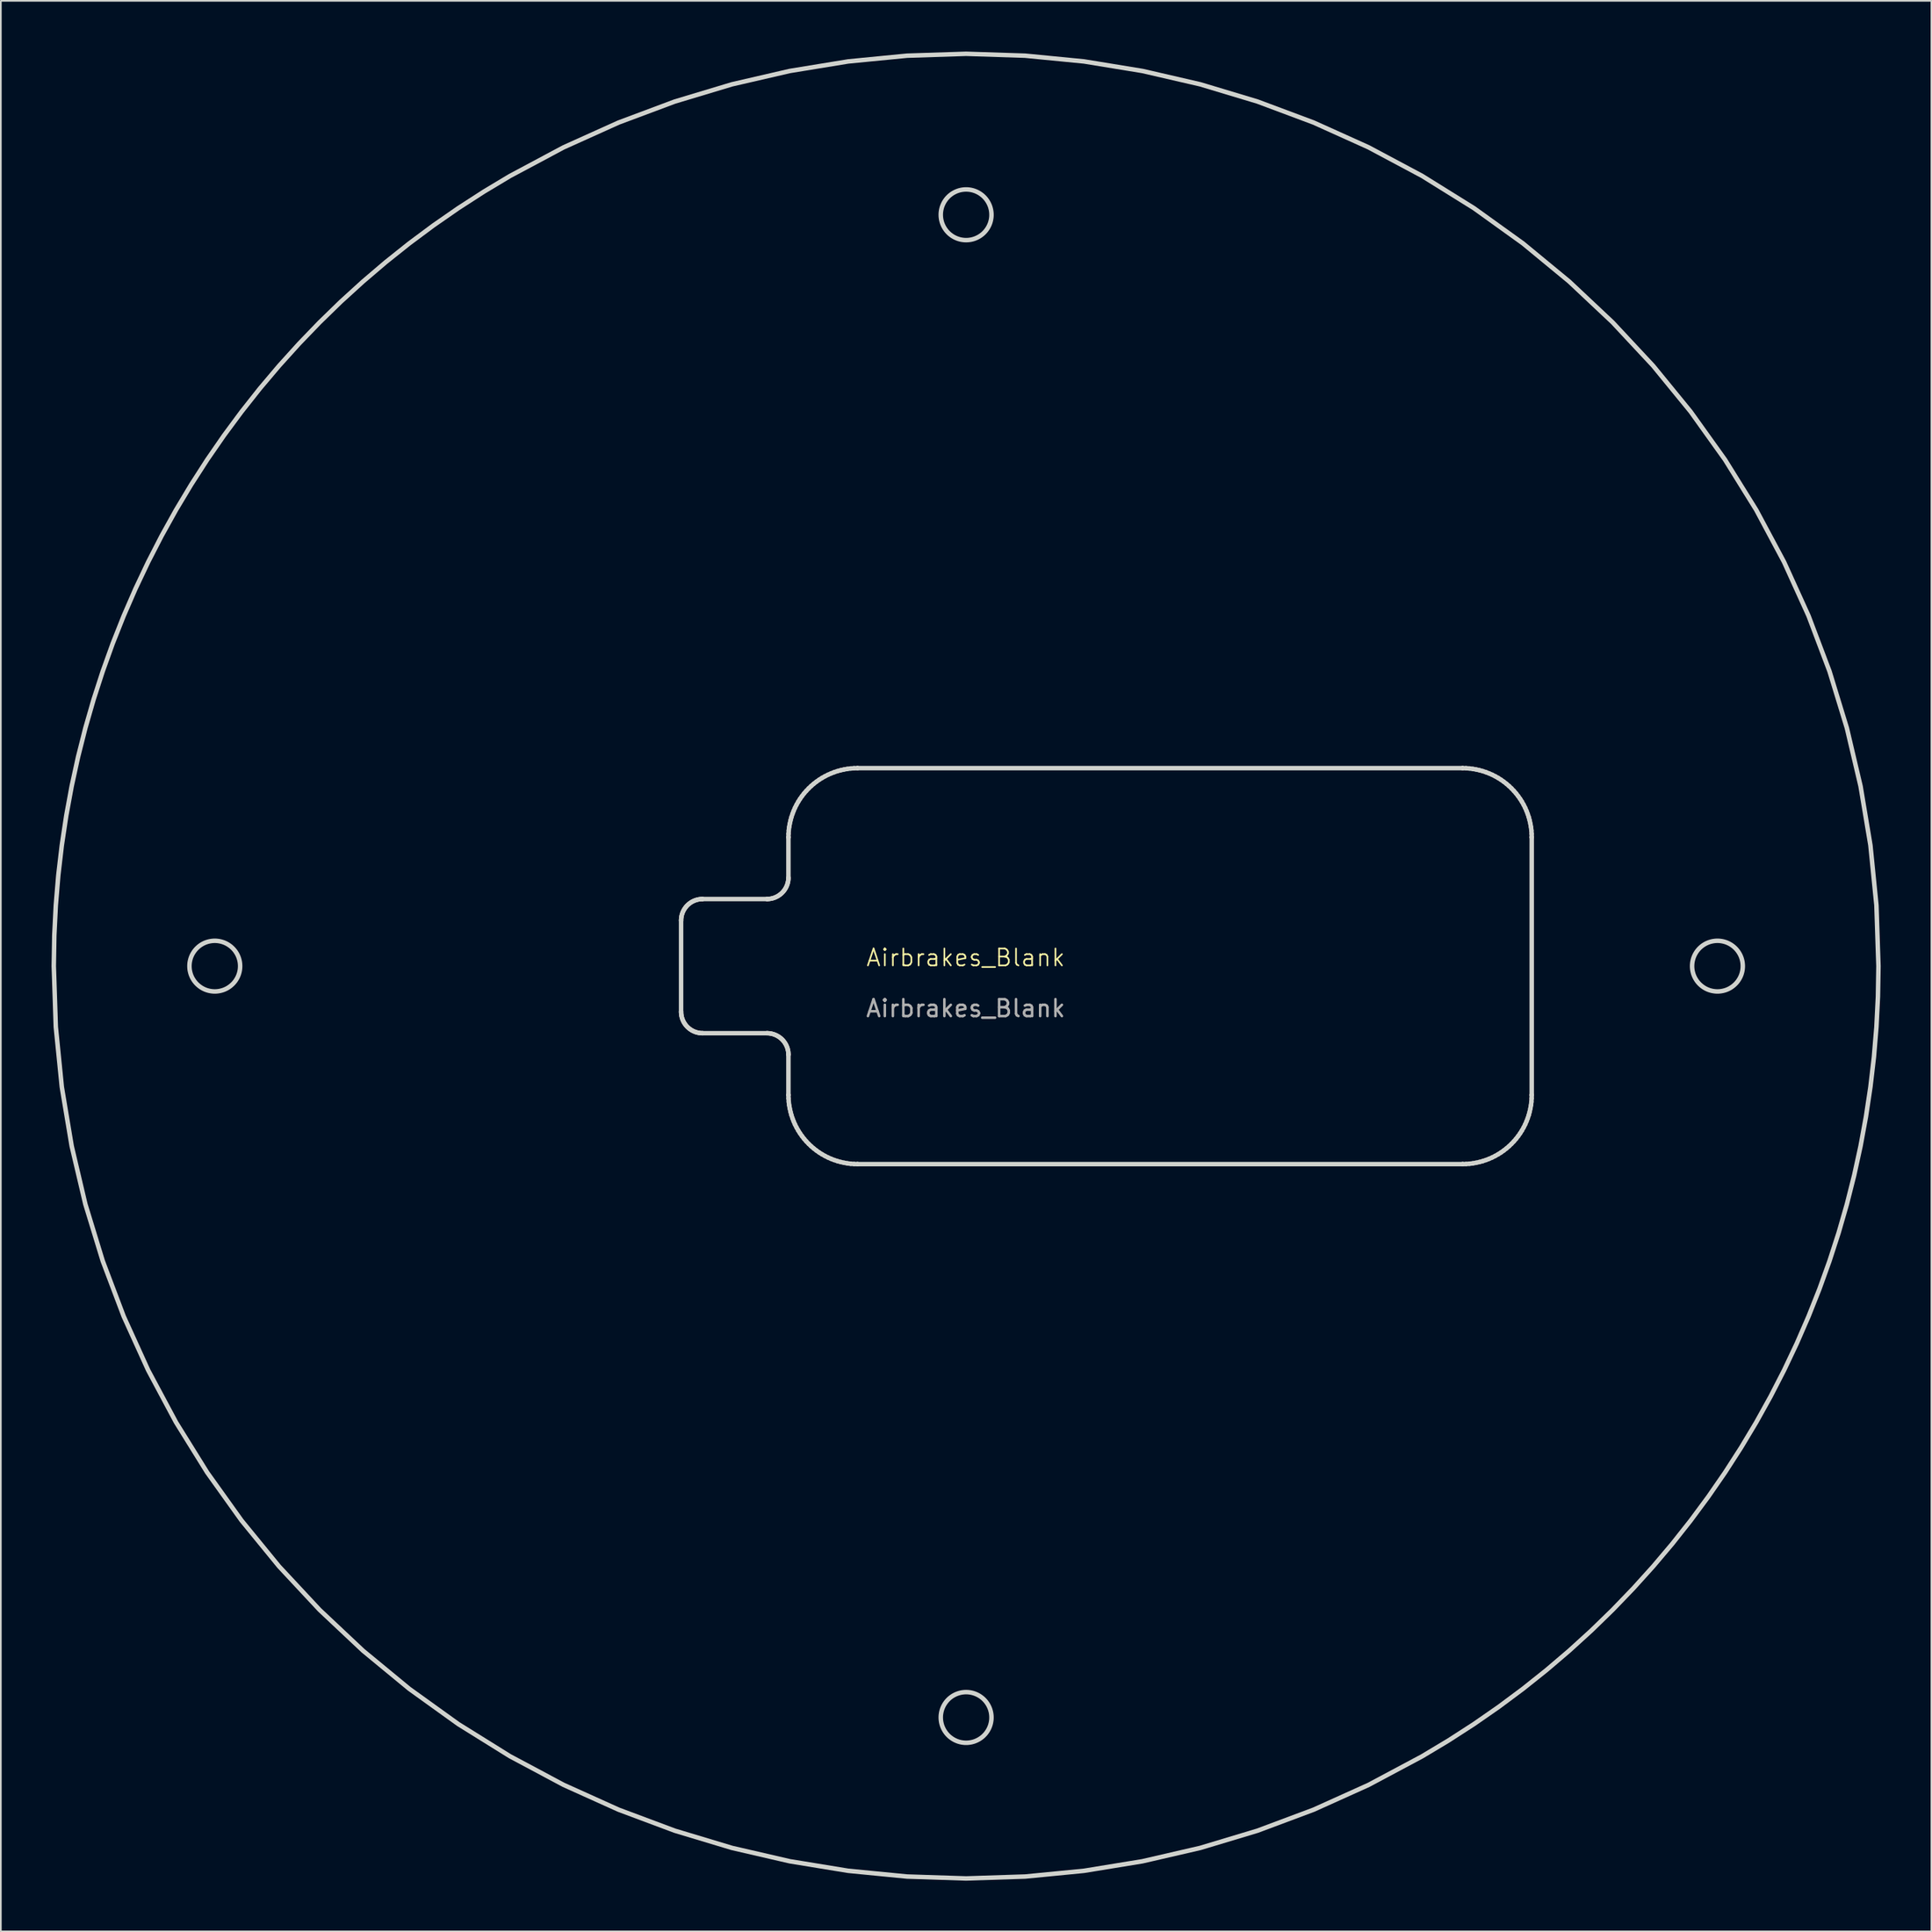
<source format=kicad_pcb>
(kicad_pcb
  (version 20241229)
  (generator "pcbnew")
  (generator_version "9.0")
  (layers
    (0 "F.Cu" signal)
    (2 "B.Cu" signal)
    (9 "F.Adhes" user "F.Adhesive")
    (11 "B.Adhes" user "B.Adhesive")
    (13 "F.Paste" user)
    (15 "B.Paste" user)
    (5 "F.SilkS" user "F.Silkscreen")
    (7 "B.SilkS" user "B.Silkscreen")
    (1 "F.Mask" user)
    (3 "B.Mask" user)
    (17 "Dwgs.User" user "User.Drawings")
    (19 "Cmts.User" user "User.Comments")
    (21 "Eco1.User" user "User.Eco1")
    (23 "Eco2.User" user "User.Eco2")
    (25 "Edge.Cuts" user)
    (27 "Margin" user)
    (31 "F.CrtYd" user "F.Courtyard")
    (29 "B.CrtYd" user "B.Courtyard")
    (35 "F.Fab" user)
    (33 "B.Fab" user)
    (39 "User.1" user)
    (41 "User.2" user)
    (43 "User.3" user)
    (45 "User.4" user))
  (footprint "Airbrakes_Blank"
    (layer "F.Cu")
    (at 54.083 54.107)
    (property "Reference" "Airbrakes_Blank" (at 0 -0.5 0) (unlocked yes) (layer "F.SilkS") (effects (font (size 1 1) (thickness 0.1))))
    (fp_line (start -16.839 -2.699) (end -16.839 2.699) (stroke (width 0.265) (type solid)) (layer "Edge.Cuts"))
    (fp_line (start -16.839 2.699) (end -16.838 2.699) (stroke (width 0.265) (type default)) (layer "Edge.Cuts"))
    (fp_line (start -16.838 -2.699) (end -16.839 -2.699) (stroke (width 0.265) (type default)) (layer "Edge.Cuts"))
    (fp_line (start -16.838 2.699) (end -16.837 2.762) (stroke (width 0.265) (type solid)) (layer "Edge.Cuts"))
    (fp_line (start -16.837 -2.762) (end -16.838 -2.699) (stroke (width 0.265) (type solid)) (layer "Edge.Cuts"))
    (fp_line (start -16.837 2.762) (end -16.832 2.824) (stroke (width 0.265) (type solid)) (layer "Edge.Cuts"))
    (fp_line (start -16.832 -2.824) (end -16.837 -2.762) (stroke (width 0.265) (type solid)) (layer "Edge.Cuts"))
    (fp_line (start -16.832 2.824) (end -16.825 2.886) (stroke (width 0.265) (type solid)) (layer "Edge.Cuts"))
    (fp_line (start -16.825 -2.886) (end -16.832 -2.824) (stroke (width 0.265) (type solid)) (layer "Edge.Cuts"))
    (fp_line (start -16.825 2.886) (end -16.814 2.948) (stroke (width 0.265) (type solid)) (layer "Edge.Cuts"))
    (fp_line (start -16.814 -2.948) (end -16.825 -2.886) (stroke (width 0.265) (type solid)) (layer "Edge.Cuts"))
    (fp_line (start -16.814 2.948) (end -16.8 3.008) (stroke (width 0.265) (type solid)) (layer "Edge.Cuts"))
    (fp_line (start -16.8 -3.008) (end -16.814 -2.948) (stroke (width 0.265) (type solid)) (layer "Edge.Cuts"))
    (fp_line (start -16.8 3.008) (end -16.784 3.068) (stroke (width 0.265) (type solid)) (layer "Edge.Cuts"))
    (fp_line (start -16.784 -3.068) (end -16.8 -3.008) (stroke (width 0.265) (type solid)) (layer "Edge.Cuts"))
    (fp_line (start -16.784 3.068) (end -16.764 3.127) (stroke (width 0.265) (type solid)) (layer "Edge.Cuts"))
    (fp_line (start -16.764 -3.127) (end -16.784 -3.068) (stroke (width 0.265) (type solid)) (layer "Edge.Cuts"))
    (fp_line (start -16.764 3.127) (end -16.742 3.185) (stroke (width 0.265) (type solid)) (layer "Edge.Cuts"))
    (fp_line (start -16.742 -3.185) (end -16.764 -3.127) (stroke (width 0.265) (type solid)) (layer "Edge.Cuts"))
    (fp_line (start -16.742 3.185) (end -16.717 3.241) (stroke (width 0.265) (type solid)) (layer "Edge.Cuts"))
    (fp_line (start -16.717 -3.241) (end -16.742 -3.185) (stroke (width 0.265) (type solid)) (layer "Edge.Cuts"))
    (fp_line (start -16.717 3.241) (end -16.689 3.297) (stroke (width 0.265) (type solid)) (layer "Edge.Cuts"))
    (fp_line (start -16.689 -3.297) (end -16.717 -3.241) (stroke (width 0.265) (type solid)) (layer "Edge.Cuts"))
    (fp_line (start -16.689 3.297) (end -16.658 3.351) (stroke (width 0.265) (type solid)) (layer "Edge.Cuts"))
    (fp_line (start -16.658 -3.351) (end -16.689 -3.297) (stroke (width 0.265) (type solid)) (layer "Edge.Cuts"))
    (fp_line (start -16.658 3.351) (end -16.625 3.403) (stroke (width 0.265) (type solid)) (layer "Edge.Cuts"))
    (fp_line (start -16.625 -3.403) (end -16.658 -3.351) (stroke (width 0.265) (type solid)) (layer "Edge.Cuts"))
    (fp_line (start -16.625 3.403) (end -16.589 3.454) (stroke (width 0.265) (type solid)) (layer "Edge.Cuts"))
    (fp_line (start -16.589 -3.454) (end -16.625 -3.403) (stroke (width 0.265) (type solid)) (layer "Edge.Cuts"))
    (fp_line (start -16.589 3.454) (end -16.551 3.504) (stroke (width 0.265) (type solid)) (layer "Edge.Cuts"))
    (fp_line (start -16.551 -3.504) (end -16.589 -3.454) (stroke (width 0.265) (type solid)) (layer "Edge.Cuts"))
    (fp_line (start -16.551 3.504) (end -16.51 3.551) (stroke (width 0.265) (type solid)) (layer "Edge.Cuts"))
    (fp_line (start -16.51 -3.551) (end -16.551 -3.504) (stroke (width 0.265) (type solid)) (layer "Edge.Cuts"))
    (fp_line (start -16.51 3.551) (end -16.467 3.597) (stroke (width 0.265) (type solid)) (layer "Edge.Cuts"))
    (fp_line (start -16.467 -3.597) (end -16.51 -3.551) (stroke (width 0.265) (type solid)) (layer "Edge.Cuts"))
    (fp_line (start -16.467 3.597) (end -16.421 3.64) (stroke (width 0.265) (type solid)) (layer "Edge.Cuts"))
    (fp_line (start -16.421 -3.64) (end -16.467 -3.597) (stroke (width 0.265) (type solid)) (layer "Edge.Cuts"))
    (fp_line (start -16.421 3.64) (end -16.373 3.681) (stroke (width 0.265) (type solid)) (layer "Edge.Cuts"))
    (fp_line (start -16.373 -3.681) (end -16.421 -3.64) (stroke (width 0.265) (type solid)) (layer "Edge.Cuts"))
    (fp_line (start -16.373 3.681) (end -16.324 3.72) (stroke (width 0.265) (type solid)) (layer "Edge.Cuts"))
    (fp_line (start -16.324 -3.72) (end -16.373 -3.681) (stroke (width 0.265) (type solid)) (layer "Edge.Cuts"))
    (fp_line (start -16.324 3.72) (end -16.273 3.755) (stroke (width 0.265) (type solid)) (layer "Edge.Cuts"))
    (fp_line (start -16.273 -3.755) (end -16.324 -3.72) (stroke (width 0.265) (type solid)) (layer "Edge.Cuts"))
    (fp_line (start -16.273 3.755) (end -16.221 3.789) (stroke (width 0.265) (type solid)) (layer "Edge.Cuts"))
    (fp_line (start -16.221 -3.789) (end -16.273 -3.755) (stroke (width 0.265) (type solid)) (layer "Edge.Cuts"))
    (fp_line (start -16.221 3.789) (end -16.167 3.819) (stroke (width 0.265) (type solid)) (layer "Edge.Cuts"))
    (fp_line (start -16.167 -3.819) (end -16.221 -3.789) (stroke (width 0.265) (type solid)) (layer "Edge.Cuts"))
    (fp_line (start -16.167 3.819) (end -16.111 3.847) (stroke (width 0.265) (type solid)) (layer "Edge.Cuts"))
    (fp_line (start -16.111 -3.847) (end -16.167 -3.819) (stroke (width 0.265) (type solid)) (layer "Edge.Cuts"))
    (fp_line (start -16.111 3.847) (end -16.054 3.872) (stroke (width 0.265) (type solid)) (layer "Edge.Cuts"))
    (fp_line (start -16.055 -3.872) (end -16.111 -3.847) (stroke (width 0.265) (type solid)) (layer "Edge.Cuts"))
    (fp_line (start -16.054 3.872) (end -15.997 3.894) (stroke (width 0.265) (type solid)) (layer "Edge.Cuts"))
    (fp_line (start -15.997 -3.894) (end -16.055 -3.872) (stroke (width 0.265) (type solid)) (layer "Edge.Cuts"))
    (fp_line (start -15.997 3.894) (end -15.938 3.914) (stroke (width 0.265) (type solid)) (layer "Edge.Cuts"))
    (fp_line (start -15.938 -3.914) (end -15.997 -3.894) (stroke (width 0.265) (type solid)) (layer "Edge.Cuts"))
    (fp_line (start -15.938 3.914) (end -15.878 3.93) (stroke (width 0.265) (type solid)) (layer "Edge.Cuts"))
    (fp_line (start -15.878 -3.93) (end -15.938 -3.914) (stroke (width 0.265) (type solid)) (layer "Edge.Cuts"))
    (fp_line (start -15.878 3.93) (end -15.817 3.944) (stroke (width 0.265) (type solid)) (layer "Edge.Cuts"))
    (fp_line (start -15.817 -3.944) (end -15.878 -3.93) (stroke (width 0.265) (type solid)) (layer "Edge.Cuts"))
    (fp_line (start -15.817 3.944) (end -15.756 3.955) (stroke (width 0.265) (type solid)) (layer "Edge.Cuts"))
    (fp_line (start -15.756 -3.955) (end -15.817 -3.944) (stroke (width 0.265) (type solid)) (layer "Edge.Cuts"))
    (fp_line (start -15.756 3.955) (end -15.694 3.963) (stroke (width 0.265) (type solid)) (layer "Edge.Cuts"))
    (fp_line (start -15.694 -3.963) (end -15.756 -3.955) (stroke (width 0.265) (type solid)) (layer "Edge.Cuts"))
    (fp_line (start -15.694 3.963) (end -15.631 3.967) (stroke (width 0.265) (type solid)) (layer "Edge.Cuts"))
    (fp_line (start -15.631 -3.967) (end -15.694 -3.963) (stroke (width 0.265) (type solid)) (layer "Edge.Cuts"))
    (fp_line (start -15.631 3.967) (end -15.568 3.969) (stroke (width 0.265) (type solid)) (layer "Edge.Cuts"))
    (fp_line (start -15.569 -3.969) (end -15.568 -3.969) (stroke (width 0.265) (type default)) (layer "Edge.Cuts"))
    (fp_line (start -15.569 3.969) (end -11.759 3.969) (stroke (width 0.265) (type solid)) (layer "Edge.Cuts"))
    (fp_line (start -15.568 -3.969) (end -15.631 -3.967) (stroke (width 0.265) (type solid)) (layer "Edge.Cuts"))
    (fp_line (start -15.568 3.969) (end -15.569 3.969) (stroke (width 0.265) (type default)) (layer "Edge.Cuts"))
    (fp_line (start -11.759 3.969) (end -11.759 3.969) (stroke (width 0.265) (type default)) (layer "Edge.Cuts"))
    (fp_line (start -11.759 -3.969) (end -11.759 -3.969) (stroke (width 0.265) (type default)) (layer "Edge.Cuts"))
    (fp_line (start -11.759 -3.969) (end -11.696 -3.97) (stroke (width 0.265) (type solid)) (layer "Edge.Cuts"))
    (fp_line (start -11.759 -3.969) (end -15.569 -3.969) (stroke (width 0.265) (type solid)) (layer "Edge.Cuts"))
    (fp_line (start -11.696 3.97) (end -11.759 3.969) (stroke (width 0.265) (type solid)) (layer "Edge.Cuts"))
    (fp_line (start -11.696 -3.97) (end -11.633 -3.975) (stroke (width 0.265) (type solid)) (layer "Edge.Cuts"))
    (fp_line (start -11.633 3.975) (end -11.696 3.97) (stroke (width 0.265) (type solid)) (layer "Edge.Cuts"))
    (fp_line (start -11.633 -3.975) (end -11.571 -3.983) (stroke (width 0.265) (type solid)) (layer "Edge.Cuts"))
    (fp_line (start -11.571 3.983) (end -11.633 3.975) (stroke (width 0.265) (type solid)) (layer "Edge.Cuts"))
    (fp_line (start -11.571 -3.983) (end -11.51 -3.993) (stroke (width 0.265) (type solid)) (layer "Edge.Cuts"))
    (fp_line (start -11.51 3.993) (end -11.571 3.983) (stroke (width 0.265) (type solid)) (layer "Edge.Cuts"))
    (fp_line (start -11.51 -3.993) (end -11.449 -4.007) (stroke (width 0.265) (type solid)) (layer "Edge.Cuts"))
    (fp_line (start -11.449 4.007) (end -11.51 3.993) (stroke (width 0.265) (type solid)) (layer "Edge.Cuts"))
    (fp_line (start -11.449 -4.007) (end -11.389 -4.024) (stroke (width 0.265) (type solid)) (layer "Edge.Cuts"))
    (fp_line (start -11.389 4.024) (end -11.449 4.007) (stroke (width 0.265) (type solid)) (layer "Edge.Cuts"))
    (fp_line (start -11.389 -4.024) (end -11.33 -4.043) (stroke (width 0.265) (type solid)) (layer "Edge.Cuts"))
    (fp_line (start -11.33 4.043) (end -11.389 4.024) (stroke (width 0.265) (type solid)) (layer "Edge.Cuts"))
    (fp_line (start -11.33 -4.043) (end -11.272 -4.065) (stroke (width 0.265) (type solid)) (layer "Edge.Cuts"))
    (fp_line (start -11.273 4.065) (end -11.33 4.043) (stroke (width 0.265) (type solid)) (layer "Edge.Cuts"))
    (fp_line (start -11.272 -4.065) (end -11.216 -4.091) (stroke (width 0.265) (type solid)) (layer "Edge.Cuts"))
    (fp_line (start -11.216 4.091) (end -11.273 4.065) (stroke (width 0.265) (type solid)) (layer "Edge.Cuts"))
    (fp_line (start -11.216 -4.091) (end -11.16 -4.118) (stroke (width 0.265) (type solid)) (layer "Edge.Cuts"))
    (fp_line (start -11.16 4.118) (end -11.216 4.091) (stroke (width 0.265) (type solid)) (layer "Edge.Cuts"))
    (fp_line (start -11.16 -4.118) (end -11.106 -4.149) (stroke (width 0.265) (type solid)) (layer "Edge.Cuts"))
    (fp_line (start -11.106 4.149) (end -11.16 4.118) (stroke (width 0.265) (type solid)) (layer "Edge.Cuts"))
    (fp_line (start -11.106 -4.149) (end -11.054 -4.182) (stroke (width 0.265) (type solid)) (layer "Edge.Cuts"))
    (fp_line (start -11.054 4.182) (end -11.106 4.149) (stroke (width 0.265) (type solid)) (layer "Edge.Cuts"))
    (fp_line (start -11.054 -4.182) (end -11.003 -4.218) (stroke (width 0.265) (type solid)) (layer "Edge.Cuts"))
    (fp_line (start -11.003 4.218) (end -11.054 4.182) (stroke (width 0.265) (type solid)) (layer "Edge.Cuts"))
    (fp_line (start -11.003 -4.218) (end -10.954 -4.256) (stroke (width 0.265) (type solid)) (layer "Edge.Cuts"))
    (fp_line (start -10.954 4.256) (end -11.003 4.218) (stroke (width 0.265) (type solid)) (layer "Edge.Cuts"))
    (fp_line (start -10.954 -4.256) (end -10.906 -4.297) (stroke (width 0.265) (type solid)) (layer "Edge.Cuts"))
    (fp_line (start -10.906 4.297) (end -10.954 4.256) (stroke (width 0.265) (type solid)) (layer "Edge.Cuts"))
    (fp_line (start -10.906 -4.297) (end -10.86 -4.341) (stroke (width 0.265) (type solid)) (layer "Edge.Cuts"))
    (fp_line (start -10.86 4.341) (end -10.906 4.297) (stroke (width 0.265) (type solid)) (layer "Edge.Cuts"))
    (fp_line (start -10.86 -4.341) (end -10.817 -4.386) (stroke (width 0.265) (type solid)) (layer "Edge.Cuts"))
    (fp_line (start -10.817 4.386) (end -10.86 4.341) (stroke (width 0.265) (type solid)) (layer "Edge.Cuts"))
    (fp_line (start -10.817 -4.386) (end -10.776 -4.434) (stroke (width 0.265) (type solid)) (layer "Edge.Cuts"))
    (fp_line (start -10.776 4.434) (end -10.817 4.386) (stroke (width 0.265) (type solid)) (layer "Edge.Cuts"))
    (fp_line (start -10.776 -4.434) (end -10.738 -4.483) (stroke (width 0.265) (type solid)) (layer "Edge.Cuts"))
    (fp_line (start -10.738 4.483) (end -10.776 4.434) (stroke (width 0.265) (type solid)) (layer "Edge.Cuts"))
    (fp_line (start -10.738 -4.483) (end -10.702 -4.534) (stroke (width 0.265) (type solid)) (layer "Edge.Cuts"))
    (fp_line (start -10.702 4.534) (end -10.738 4.483) (stroke (width 0.265) (type solid)) (layer "Edge.Cuts"))
    (fp_line (start -10.702 -4.534) (end -10.669 -4.587) (stroke (width 0.265) (type solid)) (layer "Edge.Cuts"))
    (fp_line (start -10.669 4.587) (end -10.702 4.534) (stroke (width 0.265) (type solid)) (layer "Edge.Cuts"))
    (fp_line (start -10.669 -4.587) (end -10.638 -4.641) (stroke (width 0.265) (type solid)) (layer "Edge.Cuts"))
    (fp_line (start -10.638 4.641) (end -10.669 4.587) (stroke (width 0.265) (type solid)) (layer "Edge.Cuts"))
    (fp_line (start -10.638 -4.641) (end -10.61 -4.696) (stroke (width 0.265) (type solid)) (layer "Edge.Cuts"))
    (fp_line (start -10.61 4.696) (end -10.638 4.641) (stroke (width 0.265) (type solid)) (layer "Edge.Cuts"))
    (fp_line (start -10.61 -4.696) (end -10.585 -4.753) (stroke (width 0.265) (type solid)) (layer "Edge.Cuts"))
    (fp_line (start -10.585 4.753) (end -10.61 4.696) (stroke (width 0.265) (type solid)) (layer "Edge.Cuts"))
    (fp_line (start -10.585 -4.753) (end -10.563 -4.811) (stroke (width 0.265) (type solid)) (layer "Edge.Cuts"))
    (fp_line (start -10.563 4.811) (end -10.585 4.753) (stroke (width 0.265) (type solid)) (layer "Edge.Cuts"))
    (fp_line (start -10.563 -4.811) (end -10.543 -4.869) (stroke (width 0.265) (type solid)) (layer "Edge.Cuts"))
    (fp_line (start -10.543 4.869) (end -10.563 4.811) (stroke (width 0.265) (type solid)) (layer "Edge.Cuts"))
    (fp_line (start -10.543 -4.869) (end -10.527 -4.929) (stroke (width 0.265) (type solid)) (layer "Edge.Cuts"))
    (fp_line (start -10.527 4.929) (end -10.543 4.869) (stroke (width 0.265) (type solid)) (layer "Edge.Cuts"))
    (fp_line (start -10.527 -4.929) (end -10.513 -4.99) (stroke (width 0.265) (type solid)) (layer "Edge.Cuts"))
    (fp_line (start -10.513 4.99) (end -10.527 4.929) (stroke (width 0.265) (type solid)) (layer "Edge.Cuts"))
    (fp_line (start -10.513 -4.99) (end -10.502 -5.051) (stroke (width 0.265) (type solid)) (layer "Edge.Cuts"))
    (fp_line (start -10.502 5.051) (end -10.513 4.99) (stroke (width 0.265) (type solid)) (layer "Edge.Cuts"))
    (fp_line (start -10.502 -5.051) (end -10.495 -5.113) (stroke (width 0.265) (type solid)) (layer "Edge.Cuts"))
    (fp_line (start -10.495 5.113) (end -10.502 5.051) (stroke (width 0.265) (type solid)) (layer "Edge.Cuts"))
    (fp_line (start -10.495 -5.113) (end -10.49 -5.176) (stroke (width 0.265) (type solid)) (layer "Edge.Cuts"))
    (fp_line (start -10.49 -5.176) (end -10.489 -5.239) (stroke (width 0.265) (type solid)) (layer "Edge.Cuts"))
    (fp_line (start -10.49 5.176) (end -10.495 5.113) (stroke (width 0.265) (type solid)) (layer "Edge.Cuts"))
    (fp_line (start -10.489 -5.239) (end -10.489 -7.625) (stroke (width 0.265) (type solid)) (layer "Edge.Cuts"))
    (fp_line (start -10.489 7.625) (end -10.489 5.239) (stroke (width 0.265) (type solid)) (layer "Edge.Cuts"))
    (fp_line (start -10.489 7.625) (end -10.489 7.625) (stroke (width 0.265) (type default)) (layer "Edge.Cuts"))
    (fp_line (start -10.489 -7.625) (end -10.489 -7.625) (stroke (width 0.265) (type default)) (layer "Edge.Cuts"))
    (fp_line (start -10.489 5.239) (end -10.49 5.176) (stroke (width 0.265) (type solid)) (layer "Edge.Cuts"))
    (fp_line (start -10.489 5.239) (end -10.489 5.239) (stroke (width 0.265) (type default)) (layer "Edge.Cuts"))
    (fp_line (start -10.489 7.625) (end -10.483 7.828) (stroke (width 0.265) (type solid)) (layer "Edge.Cuts"))
    (fp_line (start -10.483 -7.828) (end -10.489 -7.625) (stroke (width 0.265) (type solid)) (layer "Edge.Cuts"))
    (fp_line (start -10.483 7.828) (end -10.468 8.029) (stroke (width 0.265) (type solid)) (layer "Edge.Cuts"))
    (fp_line (start -10.468 -8.029) (end -10.483 -7.828) (stroke (width 0.265) (type solid)) (layer "Edge.Cuts"))
    (fp_line (start -10.468 8.029) (end -10.444 8.229) (stroke (width 0.265) (type solid)) (layer "Edge.Cuts"))
    (fp_line (start -10.444 -8.229) (end -10.468 -8.029) (stroke (width 0.265) (type solid)) (layer "Edge.Cuts"))
    (fp_line (start -10.444 8.229) (end -10.409 8.426) (stroke (width 0.265) (type solid)) (layer "Edge.Cuts"))
    (fp_line (start -10.409 -8.426) (end -10.444 -8.229) (stroke (width 0.265) (type solid)) (layer "Edge.Cuts"))
    (fp_line (start -10.409 8.426) (end -10.365 8.621) (stroke (width 0.265) (type solid)) (layer "Edge.Cuts"))
    (fp_line (start -10.365 -8.621) (end -10.409 -8.426) (stroke (width 0.265) (type solid)) (layer "Edge.Cuts"))
    (fp_line (start -10.365 8.621) (end -10.312 8.814) (stroke (width 0.265) (type solid)) (layer "Edge.Cuts"))
    (fp_line (start -10.312 -8.814) (end -10.365 -8.621) (stroke (width 0.265) (type solid)) (layer "Edge.Cuts"))
    (fp_line (start -10.312 8.814) (end -10.249 9.003) (stroke (width 0.265) (type solid)) (layer "Edge.Cuts"))
    (fp_line (start -10.249 -9.003) (end -10.312 -8.814) (stroke (width 0.265) (type solid)) (layer "Edge.Cuts"))
    (fp_line (start -10.249 9.003) (end -10.177 9.189) (stroke (width 0.265) (type solid)) (layer "Edge.Cuts"))
    (fp_line (start -10.177 -9.189) (end -10.249 -9.003) (stroke (width 0.265) (type solid)) (layer "Edge.Cuts"))
    (fp_line (start -10.177 9.189) (end -10.097 9.372) (stroke (width 0.265) (type solid)) (layer "Edge.Cuts"))
    (fp_line (start -10.097 -9.372) (end -10.177 -9.189) (stroke (width 0.265) (type solid)) (layer "Edge.Cuts"))
    (fp_line (start -10.097 9.372) (end -10.007 9.55) (stroke (width 0.265) (type solid)) (layer "Edge.Cuts"))
    (fp_line (start -10.007 -9.55) (end -10.097 -9.372) (stroke (width 0.265) (type solid)) (layer "Edge.Cuts"))
    (fp_line (start -10.007 9.55) (end -9.909 9.724) (stroke (width 0.265) (type solid)) (layer "Edge.Cuts"))
    (fp_line (start -9.909 -9.724) (end -10.007 -9.55) (stroke (width 0.265) (type solid)) (layer "Edge.Cuts"))
    (fp_line (start -9.909 9.724) (end -9.802 9.893) (stroke (width 0.265) (type solid)) (layer "Edge.Cuts"))
    (fp_line (start -9.802 -9.893) (end -9.909 -9.724) (stroke (width 0.265) (type solid)) (layer "Edge.Cuts"))
    (fp_line (start -9.802 9.893) (end -9.686 10.057) (stroke (width 0.265) (type solid)) (layer "Edge.Cuts"))
    (fp_line (start -9.686 -10.057) (end -9.802 -9.893) (stroke (width 0.265) (type solid)) (layer "Edge.Cuts"))
    (fp_line (start -9.686 10.057) (end -9.563 10.216) (stroke (width 0.265) (type solid)) (layer "Edge.Cuts"))
    (fp_line (start -9.563 -10.216) (end -9.686 -10.057) (stroke (width 0.265) (type solid)) (layer "Edge.Cuts"))
    (fp_line (start -9.563 10.216) (end -9.431 10.368) (stroke (width 0.265) (type solid)) (layer "Edge.Cuts"))
    (fp_line (start -9.431 -10.368) (end -9.563 -10.216) (stroke (width 0.265) (type solid)) (layer "Edge.Cuts"))
    (fp_line (start -9.431 10.368) (end -9.291 10.515) (stroke (width 0.265) (type solid)) (layer "Edge.Cuts"))
    (fp_line (start -9.291 -10.515) (end -9.431 -10.368) (stroke (width 0.265) (type solid)) (layer "Edge.Cuts"))
    (fp_line (start -9.291 10.515) (end -9.144 10.655) (stroke (width 0.265) (type solid)) (layer "Edge.Cuts"))
    (fp_line (start -9.144 -10.655) (end -9.291 -10.515) (stroke (width 0.265) (type solid)) (layer "Edge.Cuts"))
    (fp_line (start -9.144 10.655) (end -8.991 10.787) (stroke (width 0.265) (type solid)) (layer "Edge.Cuts"))
    (fp_line (start -8.991 -10.787) (end -9.144 -10.655) (stroke (width 0.265) (type solid)) (layer "Edge.Cuts"))
    (fp_line (start -8.991 10.787) (end -8.833 10.91) (stroke (width 0.265) (type solid)) (layer "Edge.Cuts"))
    (fp_line (start -8.833 -10.91) (end -8.991 -10.787) (stroke (width 0.265) (type solid)) (layer "Edge.Cuts"))
    (fp_line (start -8.833 10.91) (end -8.669 11.026) (stroke (width 0.265) (type solid)) (layer "Edge.Cuts"))
    (fp_line (start -8.669 -11.026) (end -8.833 -10.91) (stroke (width 0.265) (type solid)) (layer "Edge.Cuts"))
    (fp_line (start -8.669 11.026) (end -8.5 11.133) (stroke (width 0.265) (type solid)) (layer "Edge.Cuts"))
    (fp_line (start -8.5 -11.133) (end -8.669 -11.026) (stroke (width 0.265) (type solid)) (layer "Edge.Cuts"))
    (fp_line (start -8.5 11.133) (end -8.326 11.231) (stroke (width 0.265) (type solid)) (layer "Edge.Cuts"))
    (fp_line (start -8.326 -11.231) (end -8.5 -11.133) (stroke (width 0.265) (type solid)) (layer "Edge.Cuts"))
    (fp_line (start -8.326 11.231) (end -8.148 11.321) (stroke (width 0.265) (type solid)) (layer "Edge.Cuts"))
    (fp_line (start -8.148 -11.321) (end -8.326 -11.231) (stroke (width 0.265) (type solid)) (layer "Edge.Cuts"))
    (fp_line (start -8.148 11.321) (end -7.965 11.401) (stroke (width 0.265) (type solid)) (layer "Edge.Cuts"))
    (fp_line (start -7.965 -11.401) (end -8.148 -11.321) (stroke (width 0.265) (type solid)) (layer "Edge.Cuts"))
    (fp_line (start -7.965 11.401) (end -7.779 11.473) (stroke (width 0.265) (type solid)) (layer "Edge.Cuts"))
    (fp_line (start -7.779 -11.473) (end -7.965 -11.401) (stroke (width 0.265) (type solid)) (layer "Edge.Cuts"))
    (fp_line (start -7.779 11.473) (end -7.59 11.536) (stroke (width 0.265) (type solid)) (layer "Edge.Cuts"))
    (fp_line (start -7.59 -11.536) (end -7.779 -11.473) (stroke (width 0.265) (type solid)) (layer "Edge.Cuts"))
    (fp_line (start -7.59 11.536) (end -7.397 11.589) (stroke (width 0.265) (type solid)) (layer "Edge.Cuts"))
    (fp_line (start -7.397 -11.589) (end -7.59 -11.536) (stroke (width 0.265) (type solid)) (layer "Edge.Cuts"))
    (fp_line (start -7.397 11.589) (end -7.202 11.633) (stroke (width 0.265) (type solid)) (layer "Edge.Cuts"))
    (fp_line (start -7.202 -11.633) (end -7.397 -11.589) (stroke (width 0.265) (type solid)) (layer "Edge.Cuts"))
    (fp_line (start -7.202 11.633) (end -7.005 11.668) (stroke (width 0.265) (type solid)) (layer "Edge.Cuts"))
    (fp_line (start -7.005 -11.668) (end -7.202 -11.633) (stroke (width 0.265) (type solid)) (layer "Edge.Cuts"))
    (fp_line (start -7.005 11.668) (end -6.805 11.693) (stroke (width 0.265) (type solid)) (layer "Edge.Cuts"))
    (fp_line (start -6.805 -11.693) (end -7.005 -11.668) (stroke (width 0.265) (type solid)) (layer "Edge.Cuts"))
    (fp_line (start -6.805 11.693) (end -6.604 11.707) (stroke (width 0.265) (type solid)) (layer "Edge.Cuts"))
    (fp_line (start -6.604 -11.707) (end -6.805 -11.693) (stroke (width 0.265) (type solid)) (layer "Edge.Cuts"))
    (fp_line (start -6.604 11.707) (end -6.401 11.713) (stroke (width 0.265) (type solid)) (layer "Edge.Cuts"))
    (fp_line (start -6.401 -11.713) (end -6.401 -11.712) (stroke (width 0.265) (type default)) (layer "Edge.Cuts"))
    (fp_line (start -6.401 -11.712) (end -6.604 -11.707) (stroke (width 0.265) (type solid)) (layer "Edge.Cuts"))
    (fp_line (start -6.401 11.713) (end -6.401 11.713) (stroke (width 0.265) (type default)) (layer "Edge.Cuts"))
    (fp_line (start 29.399 -11.713) (end 29.399 -11.713) (stroke (width 0.265) (type default)) (layer "Edge.Cuts"))
    (fp_line (start 29.399 11.712) (end 29.602 11.707) (stroke (width 0.265) (type solid)) (layer "Edge.Cuts"))
    (fp_line (start 29.399 -11.713) (end -6.401 -11.713) (stroke (width 0.265) (type solid)) (layer "Edge.Cuts"))
    (fp_line (start 29.399 11.713) (end -6.401 11.713) (stroke (width 0.265) (type solid)) (layer "Edge.Cuts"))
    (fp_line (start 29.399 11.713) (end 29.399 11.712) (stroke (width 0.265) (type default)) (layer "Edge.Cuts"))
    (fp_line (start 29.602 -11.708) (end 29.399 -11.713) (stroke (width 0.265) (type solid)) (layer "Edge.Cuts"))
    (fp_line (start 29.602 11.707) (end 29.803 11.692) (stroke (width 0.265) (type solid)) (layer "Edge.Cuts"))
    (fp_line (start 29.803 -11.693) (end 29.602 -11.708) (stroke (width 0.265) (type solid)) (layer "Edge.Cuts"))
    (fp_line (start 29.803 11.692) (end 30.003 11.668) (stroke (width 0.265) (type solid)) (layer "Edge.Cuts"))
    (fp_line (start 30.003 -11.668) (end 29.803 -11.693) (stroke (width 0.265) (type solid)) (layer "Edge.Cuts"))
    (fp_line (start 30.003 11.668) (end 30.2 11.633) (stroke (width 0.265) (type solid)) (layer "Edge.Cuts"))
    (fp_line (start 30.2 -11.633) (end 30.003 -11.668) (stroke (width 0.265) (type solid)) (layer "Edge.Cuts"))
    (fp_line (start 30.2 11.633) (end 30.395 11.589) (stroke (width 0.265) (type solid)) (layer "Edge.Cuts"))
    (fp_line (start 30.395 -11.589) (end 30.2 -11.633) (stroke (width 0.265) (type solid)) (layer "Edge.Cuts"))
    (fp_line (start 30.395 11.589) (end 30.588 11.536) (stroke (width 0.265) (type solid)) (layer "Edge.Cuts"))
    (fp_line (start 30.588 -11.536) (end 30.395 -11.589) (stroke (width 0.265) (type solid)) (layer "Edge.Cuts"))
    (fp_line (start 30.588 11.536) (end 30.777 11.473) (stroke (width 0.265) (type solid)) (layer "Edge.Cuts"))
    (fp_line (start 30.777 -11.473) (end 30.588 -11.536) (stroke (width 0.265) (type solid)) (layer "Edge.Cuts"))
    (fp_line (start 30.777 11.473) (end 30.963 11.401) (stroke (width 0.265) (type solid)) (layer "Edge.Cuts"))
    (fp_line (start 30.963 -11.401) (end 30.777 -11.473) (stroke (width 0.265) (type solid)) (layer "Edge.Cuts"))
    (fp_line (start 30.963 11.401) (end 31.146 11.321) (stroke (width 0.265) (type solid)) (layer "Edge.Cuts"))
    (fp_line (start 31.146 -11.321) (end 30.963 -11.401) (stroke (width 0.265) (type solid)) (layer "Edge.Cuts"))
    (fp_line (start 31.146 11.321) (end 31.324 11.231) (stroke (width 0.265) (type solid)) (layer "Edge.Cuts"))
    (fp_line (start 31.324 -11.231) (end 31.146 -11.321) (stroke (width 0.265) (type solid)) (layer "Edge.Cuts"))
    (fp_line (start 31.324 11.231) (end 31.498 11.133) (stroke (width 0.265) (type solid)) (layer "Edge.Cuts"))
    (fp_line (start 31.498 -11.133) (end 31.324 -11.231) (stroke (width 0.265) (type solid)) (layer "Edge.Cuts"))
    (fp_line (start 31.498 11.133) (end 31.667 11.026) (stroke (width 0.265) (type solid)) (layer "Edge.Cuts"))
    (fp_line (start 31.667 -11.026) (end 31.498 -11.133) (stroke (width 0.265) (type solid)) (layer "Edge.Cuts"))
    (fp_line (start 31.667 11.026) (end 31.831 10.91) (stroke (width 0.265) (type solid)) (layer "Edge.Cuts"))
    (fp_line (start 31.831 -10.91) (end 31.667 -11.026) (stroke (width 0.265) (type solid)) (layer "Edge.Cuts"))
    (fp_line (start 31.831 10.91) (end 31.989 10.787) (stroke (width 0.265) (type solid)) (layer "Edge.Cuts"))
    (fp_line (start 31.989 -10.787) (end 31.831 -10.91) (stroke (width 0.265) (type solid)) (layer "Edge.Cuts"))
    (fp_line (start 31.989 10.787) (end 32.142 10.655) (stroke (width 0.265) (type solid)) (layer "Edge.Cuts"))
    (fp_line (start 32.142 -10.655) (end 31.989 -10.787) (stroke (width 0.265) (type solid)) (layer "Edge.Cuts"))
    (fp_line (start 32.142 10.655) (end 32.289 10.515) (stroke (width 0.265) (type solid)) (layer "Edge.Cuts"))
    (fp_line (start 32.289 -10.515) (end 32.142 -10.655) (stroke (width 0.265) (type solid)) (layer "Edge.Cuts"))
    (fp_line (start 32.289 10.515) (end 32.429 10.368) (stroke (width 0.265) (type solid)) (layer "Edge.Cuts"))
    (fp_line (start 32.429 -10.368) (end 32.289 -10.515) (stroke (width 0.265) (type solid)) (layer "Edge.Cuts"))
    (fp_line (start 32.429 10.368) (end 32.561 10.216) (stroke (width 0.265) (type solid)) (layer "Edge.Cuts"))
    (fp_line (start 32.561 -10.216) (end 32.429 -10.368) (stroke (width 0.265) (type solid)) (layer "Edge.Cuts"))
    (fp_line (start 32.561 10.216) (end 32.684 10.057) (stroke (width 0.265) (type solid)) (layer "Edge.Cuts"))
    (fp_line (start 32.684 -10.057) (end 32.561 -10.216) (stroke (width 0.265) (type solid)) (layer "Edge.Cuts"))
    (fp_line (start 32.684 10.057) (end 32.8 9.893) (stroke (width 0.265) (type solid)) (layer "Edge.Cuts"))
    (fp_line (start 32.8 -9.893) (end 32.684 -10.057) (stroke (width 0.265) (type solid)) (layer "Edge.Cuts"))
    (fp_line (start 32.8 9.893) (end 32.907 9.724) (stroke (width 0.265) (type solid)) (layer "Edge.Cuts"))
    (fp_line (start 32.907 -9.724) (end 32.8 -9.893) (stroke (width 0.265) (type solid)) (layer "Edge.Cuts"))
    (fp_line (start 32.907 9.724) (end 33.005 9.55) (stroke (width 0.265) (type solid)) (layer "Edge.Cuts"))
    (fp_line (start 33.005 -9.55) (end 32.907 -9.724) (stroke (width 0.265) (type solid)) (layer "Edge.Cuts"))
    (fp_line (start 33.005 9.55) (end 33.095 9.372) (stroke (width 0.265) (type solid)) (layer "Edge.Cuts"))
    (fp_line (start 33.095 -9.372) (end 33.005 -9.55) (stroke (width 0.265) (type solid)) (layer "Edge.Cuts"))
    (fp_line (start 33.095 9.372) (end 33.175 9.189) (stroke (width 0.265) (type solid)) (layer "Edge.Cuts"))
    (fp_line (start 33.175 -9.189) (end 33.095 -9.372) (stroke (width 0.265) (type solid)) (layer "Edge.Cuts"))
    (fp_line (start 33.175 9.189) (end 33.247 9.003) (stroke (width 0.265) (type solid)) (layer "Edge.Cuts"))
    (fp_line (start 33.247 -9.003) (end 33.175 -9.189) (stroke (width 0.265) (type solid)) (layer "Edge.Cuts"))
    (fp_line (start 33.247 9.003) (end 33.31 8.814) (stroke (width 0.265) (type solid)) (layer "Edge.Cuts"))
    (fp_line (start 33.31 -8.814) (end 33.247 -9.003) (stroke (width 0.265) (type solid)) (layer "Edge.Cuts"))
    (fp_line (start 33.31 8.814) (end 33.363 8.621) (stroke (width 0.265) (type solid)) (layer "Edge.Cuts"))
    (fp_line (start 33.363 -8.621) (end 33.31 -8.814) (stroke (width 0.265) (type solid)) (layer "Edge.Cuts"))
    (fp_line (start 33.363 8.621) (end 33.407 8.426) (stroke (width 0.265) (type solid)) (layer "Edge.Cuts"))
    (fp_line (start 33.407 -8.426) (end 33.363 -8.621) (stroke (width 0.265) (type solid)) (layer "Edge.Cuts"))
    (fp_line (start 33.407 8.426) (end 33.442 8.229) (stroke (width 0.265) (type solid)) (layer "Edge.Cuts"))
    (fp_line (start 33.442 -8.229) (end 33.407 -8.426) (stroke (width 0.265) (type solid)) (layer "Edge.Cuts"))
    (fp_line (start 33.442 8.229) (end 33.466 8.029) (stroke (width 0.265) (type solid)) (layer "Edge.Cuts"))
    (fp_line (start 33.466 -8.029) (end 33.442 -8.229) (stroke (width 0.265) (type solid)) (layer "Edge.Cuts"))
    (fp_line (start 33.466 8.029) (end 33.481 7.828) (stroke (width 0.265) (type solid)) (layer "Edge.Cuts"))
    (fp_line (start 33.481 -7.828) (end 33.466 -8.029) (stroke (width 0.265) (type solid)) (layer "Edge.Cuts"))
    (fp_line (start 33.481 7.828) (end 33.486 7.625) (stroke (width 0.265) (type solid)) (layer "Edge.Cuts"))
    (fp_line (start 33.486 -7.625) (end 33.486 -7.625) (stroke (width 0.265) (type default)) (layer "Edge.Cuts"))
    (fp_line (start 33.486 7.625) (end 33.486 -7.625) (stroke (width 0.265) (type solid)) (layer "Edge.Cuts"))
    (fp_line (start 33.486 -7.625) (end 33.481 -7.828) (stroke (width 0.265) (type solid)) (layer "Edge.Cuts"))
    (fp_line (start 33.486 7.625) (end 33.486 7.625) (stroke (width 0.265) (type default)) (layer "Edge.Cuts"))
    (fp_poly (pts (xy 0.121 -45.947) (xy 0.218 -45.937) (xy 0.314 -45.922) (xy 0.409 -45.9) (xy 0.503 -45.871) (xy 0.595 -45.837) (xy 0.686 -45.796) (xy 0.774 -45.749) (xy 0.859 -45.696) (xy 0.939 -45.638) (xy 1.016 -45.576) (xy 1.087 -45.508) (xy 1.154 -45.437) (xy 1.215 -45.362) (xy 1.272 -45.282) (xy 1.323 -45.2) (xy 1.369 -45.114) (xy 1.409 -45.026) (xy 1.444 -44.935) (xy 1.472 -44.841) (xy 1.495 -44.746) (xy 1.511 -44.649) (xy 1.521 -44.55) (xy 1.524 -44.45) (xy 1.523 -44.4) (xy 1.521 -44.35) (xy 1.517 -44.301) (xy 1.511 -44.251) (xy 1.503 -44.202) (xy 1.495 -44.154) (xy 1.484 -44.106) (xy 1.472 -44.059) (xy 1.459 -44.012) (xy 1.444 -43.965) (xy 1.427 -43.919) (xy 1.409 -43.874) (xy 1.39 -43.83) (xy 1.369 -43.786) (xy 1.347 -43.742) (xy 1.323 -43.7) (xy 1.298 -43.658) (xy 1.272 -43.618) (xy 1.244 -43.578) (xy 1.215 -43.538) (xy 1.185 -43.5) (xy 1.154 -43.463) (xy 1.121 -43.427) (xy 1.087 -43.392) (xy 1.052 -43.357) (xy 1.016 -43.324) (xy 0.978 -43.292) (xy 0.939 -43.262) (xy 0.9 -43.232) (xy 0.859 -43.204) (xy 0.817 -43.177) (xy 0.774 -43.151) (xy 0.686 -43.104) (xy 0.595 -43.063) (xy 0.503 -43.028) (xy 0.409 -43) (xy 0.314 -42.978) (xy 0.218 -42.963) (xy 0.121 -42.953) (xy 0.024 -42.95) (xy -0.073 -42.953) (xy -0.17 -42.963) (xy -0.266 -42.978) (xy -0.361 -43) (xy -0.455 -43.028) (xy -0.547 -43.063) (xy -0.638 -43.104) (xy -0.726 -43.151) (xy -0.811 -43.204) (xy -0.891 -43.262) (xy -0.968 -43.324) (xy -1.039 -43.392) (xy -1.106 -43.463) (xy -1.167 -43.538) (xy -1.224 -43.618) (xy -1.275 -43.7) (xy -1.321 -43.786) (xy -1.361 -43.874) (xy -1.396 -43.965) (xy -1.424 -44.059) (xy -1.447 -44.154) (xy -1.463 -44.251) (xy -1.473 -44.35) (xy -1.476 -44.45) (xy -1.475 -44.5) (xy -1.473 -44.55) (xy -1.469 -44.599) (xy -1.463 -44.649) (xy -1.455 -44.698) (xy -1.447 -44.746) (xy -1.436 -44.794) (xy -1.424 -44.841) (xy -1.411 -44.888) (xy -1.396 -44.935) (xy -1.379 -44.981) (xy -1.361 -45.026) (xy -1.342 -45.07) (xy -1.321 -45.114) (xy -1.299 -45.158) (xy -1.275 -45.2) (xy -1.25 -45.242) (xy -1.224 -45.282) (xy -1.196 -45.322) (xy -1.167 -45.362) (xy -1.137 -45.4) (xy -1.106 -45.437) (xy -1.073 -45.473) (xy -1.039 -45.508) (xy -1.004 -45.543) (xy -0.968 -45.576) (xy -0.93 -45.607) (xy -0.891 -45.638) (xy -0.852 -45.668) (xy -0.811 -45.696) (xy -0.769 -45.723) (xy -0.726 -45.749) (xy -0.638 -45.796) (xy -0.547 -45.837) (xy -0.455 -45.871) (xy -0.361 -45.9) (xy -0.266 -45.922) (xy -0.17 -45.937) (xy -0.073 -45.947) (xy 0.024 -45.95)) (stroke (width 0.265) (type solid)) (fill no) (layer "Edge.Cuts"))
    (fp_poly (pts (xy 0.121 42.953) (xy 0.218 42.963) (xy 0.314 42.978) (xy 0.409 43) (xy 0.503 43.029) (xy 0.595 43.063) (xy 0.686 43.104) (xy 0.774 43.151) (xy 0.859 43.204) (xy 0.939 43.262) (xy 1.016 43.324) (xy 1.087 43.392) (xy 1.154 43.463) (xy 1.215 43.538) (xy 1.272 43.618) (xy 1.323 43.7) (xy 1.369 43.786) (xy 1.409 43.874) (xy 1.444 43.965) (xy 1.472 44.059) (xy 1.495 44.154) (xy 1.511 44.251) (xy 1.521 44.35) (xy 1.524 44.45) (xy 1.523 44.5) (xy 1.521 44.55) (xy 1.517 44.6) (xy 1.511 44.649) (xy 1.503 44.698) (xy 1.495 44.746) (xy 1.484 44.794) (xy 1.472 44.841) (xy 1.459 44.888) (xy 1.444 44.935) (xy 1.427 44.981) (xy 1.409 45.026) (xy 1.39 45.07) (xy 1.369 45.114) (xy 1.347 45.158) (xy 1.323 45.2) (xy 1.298 45.242) (xy 1.272 45.282) (xy 1.244 45.322) (xy 1.215 45.362) (xy 1.185 45.4) (xy 1.154 45.437) (xy 1.121 45.473) (xy 1.087 45.508) (xy 1.052 45.543) (xy 1.016 45.576) (xy 0.978 45.608) (xy 0.939 45.638) (xy 0.9 45.668) (xy 0.859 45.696) (xy 0.817 45.723) (xy 0.774 45.749) (xy 0.686 45.796) (xy 0.595 45.837) (xy 0.503 45.872) (xy 0.409 45.9) (xy 0.314 45.922) (xy 0.218 45.937) (xy 0.121 45.947) (xy 0.024 45.95) (xy -0.073 45.947) (xy -0.17 45.937) (xy -0.266 45.922) (xy -0.361 45.9) (xy -0.455 45.872) (xy -0.547 45.837) (xy -0.638 45.796) (xy -0.726 45.749) (xy -0.811 45.696) (xy -0.891 45.638) (xy -0.968 45.576) (xy -1.039 45.508) (xy -1.106 45.437) (xy -1.167 45.362) (xy -1.224 45.282) (xy -1.275 45.2) (xy -1.321 45.114) (xy -1.361 45.026) (xy -1.396 44.935) (xy -1.424 44.841) (xy -1.447 44.746) (xy -1.463 44.649) (xy -1.473 44.55) (xy -1.476 44.45) (xy -1.475 44.4) (xy -1.473 44.35) (xy -1.469 44.301) (xy -1.463 44.251) (xy -1.455 44.203) (xy -1.447 44.154) (xy -1.436 44.106) (xy -1.424 44.059) (xy -1.411 44.012) (xy -1.396 43.965) (xy -1.379 43.919) (xy -1.361 43.874) (xy -1.342 43.83) (xy -1.321 43.786) (xy -1.299 43.742) (xy -1.275 43.7) (xy -1.25 43.658) (xy -1.224 43.618) (xy -1.196 43.578) (xy -1.167 43.538) (xy -1.137 43.5) (xy -1.106 43.463) (xy -1.073 43.427) (xy -1.039 43.392) (xy -1.004 43.357) (xy -0.968 43.324) (xy -0.93 43.292) (xy -0.891 43.262) (xy -0.852 43.232) (xy -0.811 43.204) (xy -0.769 43.177) (xy -0.726 43.151) (xy -0.638 43.104) (xy -0.547 43.063) (xy -0.455 43.029) (xy -0.361 43) (xy -0.266 42.978) (xy -0.17 42.963) (xy -0.073 42.953) (xy 0.024 42.95)) (stroke (width 0.265) (type solid)) (fill no) (layer "Edge.Cuts"))
    (fp_poly (pts (xy 3.517 -53.862) (xy 6.998 -53.523) (xy 10.457 -52.958) (xy 13.881 -52.167) (xy 17.26 -51.15) (xy 20.583 -49.907) (xy 23.837 -48.439) (xy 27.011 -46.744) (xy 30.067 -44.842) (xy 32.966 -42.758) (xy 35.703 -40.502) (xy 38.274 -38.084) (xy 40.671 -35.514) (xy 42.889 -32.801) (xy 44.924 -29.956) (xy 46.768 -26.988) (xy 48.416 -23.906) (xy 49.863 -20.722) (xy 51.103 -17.444) (xy 52.131 -14.083) (xy 52.94 -10.648) (xy 53.524 -7.15) (xy 53.879 -3.597) (xy 53.999 -0.000003) (xy 53.969 1.803) (xy 53.879 3.597) (xy 53.731 5.379) (xy 53.524 7.15) (xy 53.26 8.906) (xy 52.94 10.648) (xy 52.563 12.374) (xy 52.131 14.083) (xy 51.644 15.773) (xy 51.103 17.444) (xy 50.51 19.094) (xy 49.863 20.722) (xy 49.165 22.326) (xy 48.416 23.906) (xy 47.617 25.46) (xy 46.768 26.988) (xy 45.87 28.486) (xy 44.924 29.956) (xy 43.93 31.394) (xy 42.889 32.801) (xy 41.803 34.175) (xy 40.671 35.514) (xy 39.494 36.817) (xy 38.274 38.084) (xy 37.01 39.313) (xy 35.703 40.502) (xy 34.355 41.651) (xy 32.966 42.758) (xy 31.536 43.822) (xy 30.067 44.842) (xy 28.558 45.816) (xy 27.011 46.744) (xy 23.837 48.439) (xy 20.583 49.907) (xy 17.26 51.15) (xy 13.881 52.167) (xy 10.457 52.958) (xy 6.998 53.523) (xy 3.517 53.862) (xy 0.024 53.975) (xy -3.469 53.862) (xy -6.95 53.523) (xy -10.409 52.958) (xy -13.833 52.167) (xy -17.212 51.15) (xy -20.535 49.907) (xy -23.789 48.439) (xy -26.964 46.744) (xy -30.019 44.842) (xy -32.918 42.758) (xy -35.655 40.502) (xy -38.226 38.084) (xy -40.623 35.514) (xy -42.841 32.801) (xy -44.876 29.956) (xy -46.72 26.988) (xy -48.368 23.906) (xy -49.815 20.722) (xy -51.055 17.444) (xy -52.083 14.083) (xy -52.892 10.648) (xy -53.476 7.15) (xy -53.831 3.597) (xy -53.951 -0.000003) (xy -53.921 -1.803) (xy -53.831 -3.597) (xy -53.683 -5.379) (xy -53.476 -7.15) (xy -53.212 -8.906) (xy -52.892 -10.648) (xy -52.515 -12.374) (xy -52.083 -14.083) (xy -51.596 -15.773) (xy -51.055 -17.444) (xy -50.462 -19.094) (xy -49.815 -20.722) (xy -49.117 -22.326) (xy -48.368 -23.906) (xy -47.569 -25.46) (xy -46.72 -26.988) (xy -45.822 -28.486) (xy -44.876 -29.956) (xy -43.882 -31.394) (xy -42.841 -32.801) (xy -41.755 -34.175) (xy -40.623 -35.514) (xy -39.446 -36.817) (xy -38.226 -38.084) (xy -36.962 -39.313) (xy -35.655 -40.502) (xy -34.307 -41.651) (xy -32.918 -42.758) (xy -31.488 -43.822) (xy -30.019 -44.842) (xy -28.51 -45.816) (xy -26.964 -46.744) (xy -23.789 -48.439) (xy -20.535 -49.907) (xy -17.212 -51.15) (xy -13.833 -52.167) (xy -10.409 -52.958) (xy -6.95 -53.523) (xy -3.469 -53.862) (xy 0.024 -53.975)) (stroke (width 0.265) (type solid)) (fill no) (layer "Edge.Cuts"))
    (fp_poly (pts (xy 44.551 -1.497) (xy 44.627 -1.491) (xy 44.702 -1.481) (xy 44.776 -1.468) (xy 44.849 -1.451) (xy 44.92 -1.431) (xy 44.989 -1.408) (xy 45.058 -1.381) (xy 45.124 -1.351) (xy 45.189 -1.318) (xy 45.251 -1.282) (xy 45.312 -1.243) (xy 45.371 -1.201) (xy 45.428 -1.157) (xy 45.482 -1.109) (xy 45.534 -1.06) (xy 45.584 -1.008) (xy 45.631 -0.953) (xy 45.676 -0.897) (xy 45.717 -0.838) (xy 45.756 -0.777) (xy 45.793 -0.714) (xy 45.826 -0.65) (xy 45.856 -0.583) (xy 45.883 -0.515) (xy 45.906 -0.446) (xy 45.926 -0.375) (xy 45.943 -0.302) (xy 45.957 -0.228) (xy 45.966 -0.153) (xy 45.972 -0.077) (xy 45.974 -0.000003) (xy 45.972 0.077) (xy 45.966 0.153) (xy 45.957 0.228) (xy 45.943 0.302) (xy 45.926 0.375) (xy 45.906 0.446) (xy 45.883 0.515) (xy 45.856 0.583) (xy 45.826 0.65) (xy 45.793 0.714) (xy 45.756 0.777) (xy 45.717 0.838) (xy 45.676 0.897) (xy 45.631 0.953) (xy 45.584 1.008) (xy 45.534 1.06) (xy 45.482 1.109) (xy 45.428 1.156) (xy 45.371 1.201) (xy 45.312 1.243) (xy 45.251 1.282) (xy 45.189 1.318) (xy 45.124 1.351) (xy 45.058 1.381) (xy 44.989 1.408) (xy 44.92 1.431) (xy 44.849 1.451) (xy 44.776 1.468) (xy 44.702 1.481) (xy 44.627 1.491) (xy 44.551 1.497) (xy 44.474 1.499) (xy 44.397 1.497) (xy 44.321 1.491) (xy 44.246 1.481) (xy 44.172 1.468) (xy 44.099 1.451) (xy 44.028 1.431) (xy 43.959 1.408) (xy 43.89 1.381) (xy 43.824 1.351) (xy 43.759 1.318) (xy 43.697 1.282) (xy 43.636 1.243) (xy 43.577 1.201) (xy 43.52 1.156) (xy 43.466 1.109) (xy 43.414 1.06) (xy 43.364 1.008) (xy 43.317 0.953) (xy 43.272 0.897) (xy 43.231 0.838) (xy 43.192 0.777) (xy 43.155 0.714) (xy 43.122 0.65) (xy 43.092 0.583) (xy 43.065 0.515) (xy 43.042 0.446) (xy 43.022 0.375) (xy 43.005 0.302) (xy 42.991 0.228) (xy 42.982 0.153) (xy 42.976 0.077) (xy 42.974 -0.000003) (xy 42.976 -0.077) (xy 42.982 -0.153) (xy 42.991 -0.228) (xy 43.005 -0.302) (xy 43.022 -0.375) (xy 43.042 -0.446) (xy 43.065 -0.515) (xy 43.092 -0.583) (xy 43.122 -0.65) (xy 43.155 -0.714) (xy 43.192 -0.777) (xy 43.231 -0.838) (xy 43.272 -0.897) (xy 43.317 -0.953) (xy 43.364 -1.008) (xy 43.414 -1.06) (xy 43.466 -1.109) (xy 43.52 -1.157) (xy 43.577 -1.201) (xy 43.636 -1.243) (xy 43.697 -1.282) (xy 43.759 -1.318) (xy 43.824 -1.351) (xy 43.89 -1.381) (xy 43.959 -1.408) (xy 44.028 -1.431) (xy 44.099 -1.451) (xy 44.172 -1.468) (xy 44.246 -1.481) (xy 44.321 -1.491) (xy 44.397 -1.497) (xy 44.474 -1.499)) (stroke (width 0.265) (type solid)) (fill no) (layer "Edge.Cuts"))
    (fp_poly (pts (xy -44.349 -1.497) (xy -44.273 -1.491) (xy -44.198 -1.481) (xy -44.124 -1.468) (xy -44.051 -1.451) (xy -43.98 -1.431) (xy -43.911 -1.408) (xy -43.842 -1.381) (xy -43.776 -1.351) (xy -43.711 -1.318) (xy -43.649 -1.282) (xy -43.588 -1.243) (xy -43.529 -1.201) (xy -43.472 -1.157) (xy -43.418 -1.109) (xy -43.366 -1.06) (xy -43.316 -1.008) (xy -43.269 -0.953) (xy -43.224 -0.897) (xy -43.183 -0.838) (xy -43.144 -0.777) (xy -43.107 -0.714) (xy -43.074 -0.65) (xy -43.044 -0.583) (xy -43.017 -0.515) (xy -42.994 -0.446) (xy -42.974 -0.375) (xy -42.957 -0.302) (xy -42.943 -0.228) (xy -42.934 -0.153) (xy -42.928 -0.077) (xy -42.926 -0.000003) (xy -42.926 -0.000003) (xy -42.928 0.077) (xy -42.934 0.153) (xy -42.943 0.228) (xy -42.957 0.302) (xy -42.974 0.375) (xy -42.994 0.446) (xy -43.017 0.515) (xy -43.044 0.583) (xy -43.074 0.65) (xy -43.107 0.714) (xy -43.144 0.777) (xy -43.183 0.838) (xy -43.224 0.897) (xy -43.269 0.953) (xy -43.316 1.008) (xy -43.366 1.06) (xy -43.418 1.109) (xy -43.472 1.156) (xy -43.529 1.201) (xy -43.588 1.243) (xy -43.649 1.282) (xy -43.711 1.318) (xy -43.776 1.351) (xy -43.842 1.381) (xy -43.911 1.408) (xy -43.98 1.431) (xy -44.051 1.451) (xy -44.124 1.468) (xy -44.198 1.481) (xy -44.273 1.491) (xy -44.349 1.497) (xy -44.426 1.499) (xy -44.503 1.497) (xy -44.579 1.491) (xy -44.654 1.481) (xy -44.728 1.468) (xy -44.801 1.451) (xy -44.872 1.431) (xy -44.941 1.408) (xy -45.01 1.381) (xy -45.076 1.351) (xy -45.141 1.318) (xy -45.203 1.282) (xy -45.264 1.243) (xy -45.323 1.201) (xy -45.38 1.156) (xy -45.434 1.109) (xy -45.486 1.06) (xy -45.536 1.008) (xy -45.583 0.953) (xy -45.628 0.897) (xy -45.669 0.838) (xy -45.708 0.777) (xy -45.745 0.714) (xy -45.778 0.65) (xy -45.808 0.583) (xy -45.835 0.515) (xy -45.858 0.446) (xy -45.878 0.375) (xy -45.895 0.302) (xy -45.909 0.228) (xy -45.918 0.153) (xy -45.924 0.077) (xy -45.926 -0.000003) (xy -45.924 -0.077) (xy -45.918 -0.153) (xy -45.909 -0.228) (xy -45.895 -0.302) (xy -45.878 -0.375) (xy -45.858 -0.446) (xy -45.835 -0.515) (xy -45.808 -0.583) (xy -45.778 -0.65) (xy -45.745 -0.714) (xy -45.708 -0.777) (xy -45.669 -0.838) (xy -45.628 -0.897) (xy -45.583 -0.953) (xy -45.536 -1.008) (xy -45.486 -1.06) (xy -45.434 -1.109) (xy -45.38 -1.157) (xy -45.323 -1.201) (xy -45.264 -1.243) (xy -45.203 -1.282) (xy -45.141 -1.318) (xy -45.076 -1.351) (xy -45.01 -1.381) (xy -44.941 -1.408) (xy -44.872 -1.431) (xy -44.801 -1.451) (xy -44.728 -1.468) (xy -44.654 -1.481) (xy -44.579 -1.491) (xy -44.503 -1.497) (xy -44.426 -1.499)) (stroke (width 0.265) (type solid)) (fill no) (layer "Edge.Cuts"))
    (fp_text user "${REFERENCE}" (at 0 2.5 0) (unlocked yes) (layer "F.Fab") (effects (font (size 1 1) (thickness 0.15)))))
  (gr_rect
    (start -3 -3)
    (end 111.215 111.215)
    (stroke (width 0.1) (type default))
    (fill no)
    (layer "Edge.Cuts")))
</source>
